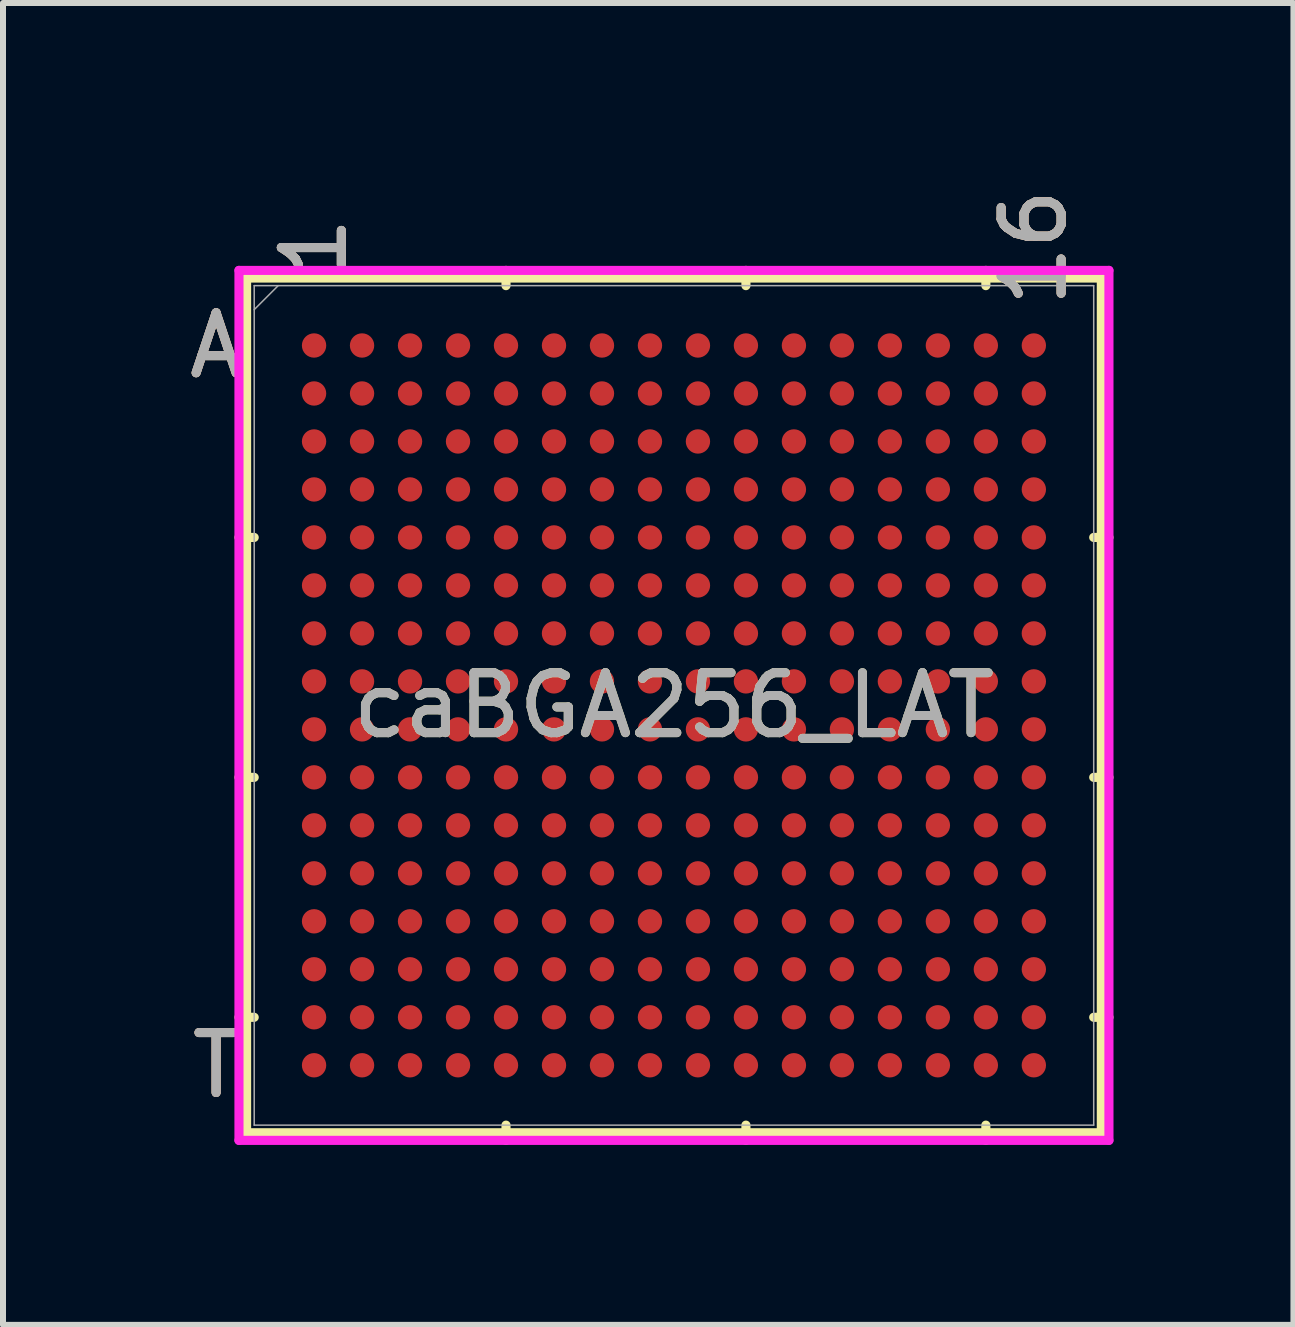
<source format=kicad_pcb>
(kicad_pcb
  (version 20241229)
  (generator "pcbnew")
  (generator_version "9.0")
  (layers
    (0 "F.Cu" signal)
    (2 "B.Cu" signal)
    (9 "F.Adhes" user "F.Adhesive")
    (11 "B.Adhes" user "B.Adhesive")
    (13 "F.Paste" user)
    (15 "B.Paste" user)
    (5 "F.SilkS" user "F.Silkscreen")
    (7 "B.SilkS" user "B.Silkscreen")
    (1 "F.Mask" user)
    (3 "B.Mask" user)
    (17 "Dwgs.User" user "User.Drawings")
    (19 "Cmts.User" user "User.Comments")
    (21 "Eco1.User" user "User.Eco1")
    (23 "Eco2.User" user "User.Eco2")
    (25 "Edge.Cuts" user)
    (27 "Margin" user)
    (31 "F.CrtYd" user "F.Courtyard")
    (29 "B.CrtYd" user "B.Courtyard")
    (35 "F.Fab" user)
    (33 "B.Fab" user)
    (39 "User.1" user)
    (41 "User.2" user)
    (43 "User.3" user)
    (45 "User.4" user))
  (footprint "caBGA256_LAT"
    (layer "F.Cu")
    (at 8.186 8.71)
    (property "Reference" "caBGA256_LAT" (at 0 0 0) (unlocked yes) (layer "F.SilkS") (effects (font (size 1 1) (thickness 0.15))))
    (attr smd)
    (fp_line (start -7.125 -7.125) (end -7.125 7.125) (stroke (width 0.152) (type solid)) (layer "F.SilkS"))
    (fp_line (start -7.125 7.125) (end 7.125 7.125) (stroke (width 0.152) (type solid)) (layer "F.SilkS"))
    (fp_line (start -6.998 -2.8) (end -7.252 -2.8) (stroke (width 0.152) (type solid)) (layer "F.SilkS"))
    (fp_line (start -6.998 1.2) (end -7.252 1.2) (stroke (width 0.152) (type solid)) (layer "F.SilkS"))
    (fp_line (start -6.998 5.2) (end -7.252 5.2) (stroke (width 0.152) (type solid)) (layer "F.SilkS"))
    (fp_line (start -2.8 -6.998) (end -2.8 -7.252) (stroke (width 0.152) (type solid)) (layer "F.SilkS"))
    (fp_line (start -2.8 6.998) (end -2.8 7.252) (stroke (width 0.152) (type solid)) (layer "F.SilkS"))
    (fp_line (start 1.2 -6.998) (end 1.2 -7.252) (stroke (width 0.152) (type solid)) (layer "F.SilkS"))
    (fp_line (start 1.2 6.998) (end 1.2 7.252) (stroke (width 0.152) (type solid)) (layer "F.SilkS"))
    (fp_line (start 5.2 -6.998) (end 5.2 -7.252) (stroke (width 0.152) (type solid)) (layer "F.SilkS"))
    (fp_line (start 5.2 6.998) (end 5.2 7.252) (stroke (width 0.152) (type solid)) (layer "F.SilkS"))
    (fp_line (start 6.998 -2.8) (end 7.252 -2.8) (stroke (width 0.152) (type solid)) (layer "F.SilkS"))
    (fp_line (start 6.998 1.2) (end 7.252 1.2) (stroke (width 0.152) (type solid)) (layer "F.SilkS"))
    (fp_line (start 6.998 5.2) (end 7.252 5.2) (stroke (width 0.152) (type solid)) (layer "F.SilkS"))
    (fp_line (start 7.125 -7.125) (end -7.125 -7.125) (stroke (width 0.152) (type solid)) (layer "F.SilkS"))
    (fp_line (start 7.125 7.125) (end 7.125 -7.125) (stroke (width 0.152) (type solid)) (layer "F.SilkS"))
    (fp_poly (pts (xy -6.844 -6.844) (xy 6.844 -6.844) (xy 6.844 6.844) (xy -6.844 6.844)) (stroke (width 0.1) (type solid)) (fill no) (layer "Eco2.User"))
    (fp_line (start -7.252 -7.252) (end 7.252 -7.252) (stroke (width 0.152) (type solid)) (layer "F.CrtYd"))
    (fp_line (start -7.252 7.252) (end -7.252 -7.252) (stroke (width 0.152) (type solid)) (layer "F.CrtYd"))
    (fp_line (start 7.252 -7.252) (end 7.252 7.252) (stroke (width 0.152) (type solid)) (layer "F.CrtYd"))
    (fp_line (start 7.252 7.252) (end -7.252 7.252) (stroke (width 0.152) (type solid)) (layer "F.CrtYd"))
    (fp_line (start -6.998 -6.998) (end -6.998 6.998) (stroke (width 0.025) (type solid)) (layer "F.Fab"))
    (fp_line (start -6.998 6.998) (end 6.998 6.998) (stroke (width 0.025) (type solid)) (layer "F.Fab"))
    (fp_line (start -6.598 -6.998) (end -6.998 -6.598) (stroke (width 0.025) (type solid)) (layer "F.Fab"))
    (fp_line (start 6.998 -6.998) (end -6.998 -6.998) (stroke (width 0.025) (type solid)) (layer "F.Fab"))
    (fp_line (start 6.998 6.998) (end 6.998 -6.998) (stroke (width 0.025) (type solid)) (layer "F.Fab"))
    (fp_text user "T" (at -7.633 6 0) (unlocked yes) (layer "F.SilkS") (effects (font (size 1 1) (thickness 0.15))))
    (fp_text user "1" (at -6 -7.633 90) (unlocked yes) (layer "F.SilkS") (effects (font (size 1 1) (thickness 0.15))))
    (fp_text user "A" (at -7.633 -6 0) (unlocked yes) (layer "F.SilkS") (effects (font (size 1 1) (thickness 0.15))))
    (fp_text user "16" (at 6 -7.633 90) (unlocked yes) (layer "F.SilkS") (effects (font (size 1 1) (thickness 0.15))))
    (fp_text user "T" (at -7.633 6 0) (unlocked yes) (layer "B.SilkS") (effects (font (size 1 1) (thickness 0.15))))
    (fp_text user "1" (at -6 -7.633 90) (unlocked yes) (layer "B.SilkS") (effects (font (size 1 1) (thickness 0.15))))
    (fp_text user "16" (at 6 -7.633 90) (unlocked yes) (layer "B.SilkS") (effects (font (size 1 1) (thickness 0.15))))
    (fp_text user "A" (at -7.633 -6 0) (unlocked yes) (layer "B.SilkS") (effects (font (size 1 1) (thickness 0.15))))
    (fp_text user "T" (at -7.633 6 0) (unlocked yes) (layer "F.Fab") (effects (font (size 1 1) (thickness 0.15))))
    (fp_text user "16" (at 6 -7.633 90) (unlocked yes) (layer "F.Fab") (effects (font (size 1 1) (thickness 0.15))))
    (fp_text user "1" (at -6 -7.633 90) (unlocked yes) (layer "F.Fab") (effects (font (size 1 1) (thickness 0.15))))
    (fp_text user "A" (at -7.633 -6 0) (unlocked yes) (layer "F.Fab") (effects (font (size 1 1) (thickness 0.15))))
    (fp_text user "${REFERENCE}" (at 0 0 0) (unlocked yes) (layer "F.Fab") (effects (font (size 1 1) (thickness 0.15))))
    (pad "A1" smd circle (at -6 -6) (size 0.406 0.406) (layers "F.Cu" "F.Mask" "F.Paste"))
    (pad "A2" smd circle (at -5.2 -6) (size 0.406 0.406) (layers "F.Cu" "F.Mask" "F.Paste"))
    (pad "A3" smd circle (at -4.4 -6) (size 0.406 0.406) (layers "F.Cu" "F.Mask" "F.Paste"))
    (pad "A4" smd circle (at -3.6 -6) (size 0.406 0.406) (layers "F.Cu" "F.Mask" "F.Paste"))
    (pad "A5" smd circle (at -2.8 -6) (size 0.406 0.406) (layers "F.Cu" "F.Mask" "F.Paste"))
    (pad "A6" smd circle (at -2 -6) (size 0.406 0.406) (layers "F.Cu" "F.Mask" "F.Paste"))
    (pad "A7" smd circle (at -1.2 -6) (size 0.406 0.406) (layers "F.Cu" "F.Mask" "F.Paste"))
    (pad "A8" smd circle (at -0.4 -6) (size 0.406 0.406) (layers "F.Cu" "F.Mask" "F.Paste"))
    (pad "A9" smd circle (at 0.4 -6) (size 0.406 0.406) (layers "F.Cu" "F.Mask" "F.Paste"))
    (pad "A10" smd circle (at 1.2 -6) (size 0.406 0.406) (layers "F.Cu" "F.Mask" "F.Paste"))
    (pad "A11" smd circle (at 2 -6) (size 0.406 0.406) (layers "F.Cu" "F.Mask" "F.Paste"))
    (pad "A12" smd circle (at 2.8 -6) (size 0.406 0.406) (layers "F.Cu" "F.Mask" "F.Paste"))
    (pad "A13" smd circle (at 3.6 -6) (size 0.406 0.406) (layers "F.Cu" "F.Mask" "F.Paste"))
    (pad "A14" smd circle (at 4.4 -6) (size 0.406 0.406) (layers "F.Cu" "F.Mask" "F.Paste"))
    (pad "A15" smd circle (at 5.2 -6) (size 0.406 0.406) (layers "F.Cu" "F.Mask" "F.Paste"))
    (pad "A16" smd circle (at 6 -6) (size 0.406 0.406) (layers "F.Cu" "F.Mask" "F.Paste"))
    (pad "B1" smd circle (at -6 -5.2) (size 0.406 0.406) (layers "F.Cu" "F.Mask" "F.Paste"))
    (pad "B2" smd circle (at -5.2 -5.2) (size 0.406 0.406) (layers "F.Cu" "F.Mask" "F.Paste"))
    (pad "B3" smd circle (at -4.4 -5.2) (size 0.406 0.406) (layers "F.Cu" "F.Mask" "F.Paste"))
    (pad "B4" smd circle (at -3.6 -5.2) (size 0.406 0.406) (layers "F.Cu" "F.Mask" "F.Paste"))
    (pad "B5" smd circle (at -2.8 -5.2) (size 0.406 0.406) (layers "F.Cu" "F.Mask" "F.Paste"))
    (pad "B6" smd circle (at -2 -5.2) (size 0.406 0.406) (layers "F.Cu" "F.Mask" "F.Paste"))
    (pad "B7" smd circle (at -1.2 -5.2) (size 0.406 0.406) (layers "F.Cu" "F.Mask" "F.Paste"))
    (pad "B8" smd circle (at -0.4 -5.2) (size 0.406 0.406) (layers "F.Cu" "F.Mask" "F.Paste"))
    (pad "B9" smd circle (at 0.4 -5.2) (size 0.406 0.406) (layers "F.Cu" "F.Mask" "F.Paste"))
    (pad "B10" smd circle (at 1.2 -5.2) (size 0.406 0.406) (layers "F.Cu" "F.Mask" "F.Paste"))
    (pad "B11" smd circle (at 2 -5.2) (size 0.406 0.406) (layers "F.Cu" "F.Mask" "F.Paste"))
    (pad "B12" smd circle (at 2.8 -5.2) (size 0.406 0.406) (layers "F.Cu" "F.Mask" "F.Paste"))
    (pad "B13" smd circle (at 3.6 -5.2) (size 0.406 0.406) (layers "F.Cu" "F.Mask" "F.Paste"))
    (pad "B14" smd circle (at 4.4 -5.2) (size 0.406 0.406) (layers "F.Cu" "F.Mask" "F.Paste"))
    (pad "B15" smd circle (at 5.2 -5.2) (size 0.406 0.406) (layers "F.Cu" "F.Mask" "F.Paste"))
    (pad "B16" smd circle (at 6 -5.2) (size 0.406 0.406) (layers "F.Cu" "F.Mask" "F.Paste"))
    (pad "C1" smd circle (at -6 -4.4) (size 0.406 0.406) (layers "F.Cu" "F.Mask" "F.Paste"))
    (pad "C2" smd circle (at -5.2 -4.4) (size 0.406 0.406) (layers "F.Cu" "F.Mask" "F.Paste"))
    (pad "C3" smd circle (at -4.4 -4.4) (size 0.406 0.406) (layers "F.Cu" "F.Mask" "F.Paste"))
    (pad "C4" smd circle (at -3.6 -4.4) (size 0.406 0.406) (layers "F.Cu" "F.Mask" "F.Paste"))
    (pad "C5" smd circle (at -2.8 -4.4) (size 0.406 0.406) (layers "F.Cu" "F.Mask" "F.Paste"))
    (pad "C6" smd circle (at -2 -4.4) (size 0.406 0.406) (layers "F.Cu" "F.Mask" "F.Paste"))
    (pad "C7" smd circle (at -1.2 -4.4) (size 0.406 0.406) (layers "F.Cu" "F.Mask" "F.Paste"))
    (pad "C8" smd circle (at -0.4 -4.4) (size 0.406 0.406) (layers "F.Cu" "F.Mask" "F.Paste"))
    (pad "C9" smd circle (at 0.4 -4.4) (size 0.406 0.406) (layers "F.Cu" "F.Mask" "F.Paste"))
    (pad "C10" smd circle (at 1.2 -4.4) (size 0.406 0.406) (layers "F.Cu" "F.Mask" "F.Paste"))
    (pad "C11" smd circle (at 2 -4.4) (size 0.406 0.406) (layers "F.Cu" "F.Mask" "F.Paste"))
    (pad "C12" smd circle (at 2.8 -4.4) (size 0.406 0.406) (layers "F.Cu" "F.Mask" "F.Paste"))
    (pad "C13" smd circle (at 3.6 -4.4) (size 0.406 0.406) (layers "F.Cu" "F.Mask" "F.Paste"))
    (pad "C14" smd circle (at 4.4 -4.4) (size 0.406 0.406) (layers "F.Cu" "F.Mask" "F.Paste"))
    (pad "C15" smd circle (at 5.2 -4.4) (size 0.406 0.406) (layers "F.Cu" "F.Mask" "F.Paste"))
    (pad "C16" smd circle (at 6 -4.4) (size 0.406 0.406) (layers "F.Cu" "F.Mask" "F.Paste"))
    (pad "D1" smd circle (at -6 -3.6) (size 0.406 0.406) (layers "F.Cu" "F.Mask" "F.Paste"))
    (pad "D2" smd circle (at -5.2 -3.6) (size 0.406 0.406) (layers "F.Cu" "F.Mask" "F.Paste"))
    (pad "D3" smd circle (at -4.4 -3.6) (size 0.406 0.406) (layers "F.Cu" "F.Mask" "F.Paste"))
    (pad "D4" smd circle (at -3.6 -3.6) (size 0.406 0.406) (layers "F.Cu" "F.Mask" "F.Paste"))
    (pad "D5" smd circle (at -2.8 -3.6) (size 0.406 0.406) (layers "F.Cu" "F.Mask" "F.Paste"))
    (pad "D6" smd circle (at -2 -3.6) (size 0.406 0.406) (layers "F.Cu" "F.Mask" "F.Paste"))
    (pad "D7" smd circle (at -1.2 -3.6) (size 0.406 0.406) (layers "F.Cu" "F.Mask" "F.Paste"))
    (pad "D8" smd circle (at -0.4 -3.6) (size 0.406 0.406) (layers "F.Cu" "F.Mask" "F.Paste"))
    (pad "D9" smd circle (at 0.4 -3.6) (size 0.406 0.406) (layers "F.Cu" "F.Mask" "F.Paste"))
    (pad "D10" smd circle (at 1.2 -3.6) (size 0.406 0.406) (layers "F.Cu" "F.Mask" "F.Paste"))
    (pad "D11" smd circle (at 2 -3.6) (size 0.406 0.406) (layers "F.Cu" "F.Mask" "F.Paste"))
    (pad "D12" smd circle (at 2.8 -3.6) (size 0.406 0.406) (layers "F.Cu" "F.Mask" "F.Paste"))
    (pad "D13" smd circle (at 3.6 -3.6) (size 0.406 0.406) (layers "F.Cu" "F.Mask" "F.Paste"))
    (pad "D14" smd circle (at 4.4 -3.6) (size 0.406 0.406) (layers "F.Cu" "F.Mask" "F.Paste"))
    (pad "D15" smd circle (at 5.2 -3.6) (size 0.406 0.406) (layers "F.Cu" "F.Mask" "F.Paste"))
    (pad "D16" smd circle (at 6 -3.6) (size 0.406 0.406) (layers "F.Cu" "F.Mask" "F.Paste"))
    (pad "E1" smd circle (at -6 -2.8) (size 0.406 0.406) (layers "F.Cu" "F.Mask" "F.Paste"))
    (pad "E2" smd circle (at -5.2 -2.8) (size 0.406 0.406) (layers "F.Cu" "F.Mask" "F.Paste"))
    (pad "E3" smd circle (at -4.4 -2.8) (size 0.406 0.406) (layers "F.Cu" "F.Mask" "F.Paste"))
    (pad "E4" smd circle (at -3.6 -2.8) (size 0.406 0.406) (layers "F.Cu" "F.Mask" "F.Paste"))
    (pad "E5" smd circle (at -2.8 -2.8) (size 0.406 0.406) (layers "F.Cu" "F.Mask" "F.Paste"))
    (pad "E6" smd circle (at -2 -2.8) (size 0.406 0.406) (layers "F.Cu" "F.Mask" "F.Paste"))
    (pad "E7" smd circle (at -1.2 -2.8) (size 0.406 0.406) (layers "F.Cu" "F.Mask" "F.Paste"))
    (pad "E8" smd circle (at -0.4 -2.8) (size 0.406 0.406) (layers "F.Cu" "F.Mask" "F.Paste"))
    (pad "E9" smd circle (at 0.4 -2.8) (size 0.406 0.406) (layers "F.Cu" "F.Mask" "F.Paste"))
    (pad "E10" smd circle (at 1.2 -2.8) (size 0.406 0.406) (layers "F.Cu" "F.Mask" "F.Paste"))
    (pad "E11" smd circle (at 2 -2.8) (size 0.406 0.406) (layers "F.Cu" "F.Mask" "F.Paste"))
    (pad "E12" smd circle (at 2.8 -2.8) (size 0.406 0.406) (layers "F.Cu" "F.Mask" "F.Paste"))
    (pad "E13" smd circle (at 3.6 -2.8) (size 0.406 0.406) (layers "F.Cu" "F.Mask" "F.Paste"))
    (pad "E14" smd circle (at 4.4 -2.8) (size 0.406 0.406) (layers "F.Cu" "F.Mask" "F.Paste"))
    (pad "E15" smd circle (at 5.2 -2.8) (size 0.406 0.406) (layers "F.Cu" "F.Mask" "F.Paste"))
    (pad "E16" smd circle (at 6 -2.8) (size 0.406 0.406) (layers "F.Cu" "F.Mask" "F.Paste"))
    (pad "F1" smd circle (at -6 -2) (size 0.406 0.406) (layers "F.Cu" "F.Mask" "F.Paste"))
    (pad "F2" smd circle (at -5.2 -2) (size 0.406 0.406) (layers "F.Cu" "F.Mask" "F.Paste"))
    (pad "F3" smd circle (at -4.4 -2) (size 0.406 0.406) (layers "F.Cu" "F.Mask" "F.Paste"))
    (pad "F4" smd circle (at -3.6 -2) (size 0.406 0.406) (layers "F.Cu" "F.Mask" "F.Paste"))
    (pad "F5" smd circle (at -2.8 -2) (size 0.406 0.406) (layers "F.Cu" "F.Mask" "F.Paste"))
    (pad "F6" smd circle (at -2 -2) (size 0.406 0.406) (layers "F.Cu" "F.Mask" "F.Paste"))
    (pad "F7" smd circle (at -1.2 -2) (size 0.406 0.406) (layers "F.Cu" "F.Mask" "F.Paste"))
    (pad "F8" smd circle (at -0.4 -2) (size 0.406 0.406) (layers "F.Cu" "F.Mask" "F.Paste"))
    (pad "F9" smd circle (at 0.4 -2) (size 0.406 0.406) (layers "F.Cu" "F.Mask" "F.Paste"))
    (pad "F10" smd circle (at 1.2 -2) (size 0.406 0.406) (layers "F.Cu" "F.Mask" "F.Paste"))
    (pad "F11" smd circle (at 2 -2) (size 0.406 0.406) (layers "F.Cu" "F.Mask" "F.Paste"))
    (pad "F12" smd circle (at 2.8 -2) (size 0.406 0.406) (layers "F.Cu" "F.Mask" "F.Paste"))
    (pad "F13" smd circle (at 3.6 -2) (size 0.406 0.406) (layers "F.Cu" "F.Mask" "F.Paste"))
    (pad "F14" smd circle (at 4.4 -2) (size 0.406 0.406) (layers "F.Cu" "F.Mask" "F.Paste"))
    (pad "F15" smd circle (at 5.2 -2) (size 0.406 0.406) (layers "F.Cu" "F.Mask" "F.Paste"))
    (pad "F16" smd circle (at 6 -2) (size 0.406 0.406) (layers "F.Cu" "F.Mask" "F.Paste"))
    (pad "G1" smd circle (at -6 -1.2) (size 0.406 0.406) (layers "F.Cu" "F.Mask" "F.Paste"))
    (pad "G2" smd circle (at -5.2 -1.2) (size 0.406 0.406) (layers "F.Cu" "F.Mask" "F.Paste"))
    (pad "G3" smd circle (at -4.4 -1.2) (size 0.406 0.406) (layers "F.Cu" "F.Mask" "F.Paste"))
    (pad "G4" smd circle (at -3.6 -1.2) (size 0.406 0.406) (layers "F.Cu" "F.Mask" "F.Paste"))
    (pad "G5" smd circle (at -2.8 -1.2) (size 0.406 0.406) (layers "F.Cu" "F.Mask" "F.Paste"))
    (pad "G6" smd circle (at -2 -1.2) (size 0.406 0.406) (layers "F.Cu" "F.Mask" "F.Paste"))
    (pad "G7" smd circle (at -1.2 -1.2) (size 0.406 0.406) (layers "F.Cu" "F.Mask" "F.Paste"))
    (pad "G8" smd circle (at -0.4 -1.2) (size 0.406 0.406) (layers "F.Cu" "F.Mask" "F.Paste"))
    (pad "G9" smd circle (at 0.4 -1.2) (size 0.406 0.406) (layers "F.Cu" "F.Mask" "F.Paste"))
    (pad "G10" smd circle (at 1.2 -1.2) (size 0.406 0.406) (layers "F.Cu" "F.Mask" "F.Paste"))
    (pad "G11" smd circle (at 2 -1.2) (size 0.406 0.406) (layers "F.Cu" "F.Mask" "F.Paste"))
    (pad "G12" smd circle (at 2.8 -1.2) (size 0.406 0.406) (layers "F.Cu" "F.Mask" "F.Paste"))
    (pad "G13" smd circle (at 3.6 -1.2) (size 0.406 0.406) (layers "F.Cu" "F.Mask" "F.Paste"))
    (pad "G14" smd circle (at 4.4 -1.2) (size 0.406 0.406) (layers "F.Cu" "F.Mask" "F.Paste"))
    (pad "G15" smd circle (at 5.2 -1.2) (size 0.406 0.406) (layers "F.Cu" "F.Mask" "F.Paste"))
    (pad "G16" smd circle (at 6 -1.2) (size 0.406 0.406) (layers "F.Cu" "F.Mask" "F.Paste"))
    (pad "H1" smd circle (at -6 -0.4) (size 0.406 0.406) (layers "F.Cu" "F.Mask" "F.Paste"))
    (pad "H2" smd circle (at -5.2 -0.4) (size 0.406 0.406) (layers "F.Cu" "F.Mask" "F.Paste"))
    (pad "H3" smd circle (at -4.4 -0.4) (size 0.406 0.406) (layers "F.Cu" "F.Mask" "F.Paste"))
    (pad "H4" smd circle (at -3.6 -0.4) (size 0.406 0.406) (layers "F.Cu" "F.Mask" "F.Paste"))
    (pad "H5" smd circle (at -2.8 -0.4) (size 0.406 0.406) (layers "F.Cu" "F.Mask" "F.Paste"))
    (pad "H6" smd circle (at -2 -0.4) (size 0.406 0.406) (layers "F.Cu" "F.Mask" "F.Paste"))
    (pad "H7" smd circle (at -1.2 -0.4) (size 0.406 0.406) (layers "F.Cu" "F.Mask" "F.Paste"))
    (pad "H8" smd circle (at -0.4 -0.4) (size 0.406 0.406) (layers "F.Cu" "F.Mask" "F.Paste"))
    (pad "H9" smd circle (at 0.4 -0.4) (size 0.406 0.406) (layers "F.Cu" "F.Mask" "F.Paste"))
    (pad "H10" smd circle (at 1.2 -0.4) (size 0.406 0.406) (layers "F.Cu" "F.Mask" "F.Paste"))
    (pad "H11" smd circle (at 2 -0.4) (size 0.406 0.406) (layers "F.Cu" "F.Mask" "F.Paste"))
    (pad "H12" smd circle (at 2.8 -0.4) (size 0.406 0.406) (layers "F.Cu" "F.Mask" "F.Paste"))
    (pad "H13" smd circle (at 3.6 -0.4) (size 0.406 0.406) (layers "F.Cu" "F.Mask" "F.Paste"))
    (pad "H14" smd circle (at 4.4 -0.4) (size 0.406 0.406) (layers "F.Cu" "F.Mask" "F.Paste"))
    (pad "H15" smd circle (at 5.2 -0.4) (size 0.406 0.406) (layers "F.Cu" "F.Mask" "F.Paste"))
    (pad "H16" smd circle (at 6 -0.4) (size 0.406 0.406) (layers "F.Cu" "F.Mask" "F.Paste"))
    (pad "J1" smd circle (at -6 0.4) (size 0.406 0.406) (layers "F.Cu" "F.Mask" "F.Paste"))
    (pad "J2" smd circle (at -5.2 0.4) (size 0.406 0.406) (layers "F.Cu" "F.Mask" "F.Paste"))
    (pad "J3" smd circle (at -4.4 0.4) (size 0.406 0.406) (layers "F.Cu" "F.Mask" "F.Paste"))
    (pad "J4" smd circle (at -3.6 0.4) (size 0.406 0.406) (layers "F.Cu" "F.Mask" "F.Paste"))
    (pad "J5" smd circle (at -2.8 0.4) (size 0.406 0.406) (layers "F.Cu" "F.Mask" "F.Paste"))
    (pad "J6" smd circle (at -2 0.4) (size 0.406 0.406) (layers "F.Cu" "F.Mask" "F.Paste"))
    (pad "J7" smd circle (at -1.2 0.4) (size 0.406 0.406) (layers "F.Cu" "F.Mask" "F.Paste"))
    (pad "J8" smd circle (at -0.4 0.4) (size 0.406 0.406) (layers "F.Cu" "F.Mask" "F.Paste"))
    (pad "J9" smd circle (at 0.4 0.4) (size 0.406 0.406) (layers "F.Cu" "F.Mask" "F.Paste"))
    (pad "J10" smd circle (at 1.2 0.4) (size 0.406 0.406) (layers "F.Cu" "F.Mask" "F.Paste"))
    (pad "J11" smd circle (at 2 0.4) (size 0.406 0.406) (layers "F.Cu" "F.Mask" "F.Paste"))
    (pad "J12" smd circle (at 2.8 0.4) (size 0.406 0.406) (layers "F.Cu" "F.Mask" "F.Paste"))
    (pad "J13" smd circle (at 3.6 0.4) (size 0.406 0.406) (layers "F.Cu" "F.Mask" "F.Paste"))
    (pad "J14" smd circle (at 4.4 0.4) (size 0.406 0.406) (layers "F.Cu" "F.Mask" "F.Paste"))
    (pad "J15" smd circle (at 5.2 0.4) (size 0.406 0.406) (layers "F.Cu" "F.Mask" "F.Paste"))
    (pad "J16" smd circle (at 6 0.4) (size 0.406 0.406) (layers "F.Cu" "F.Mask" "F.Paste"))
    (pad "K1" smd circle (at -6 1.2) (size 0.406 0.406) (layers "F.Cu" "F.Mask" "F.Paste"))
    (pad "K2" smd circle (at -5.2 1.2) (size 0.406 0.406) (layers "F.Cu" "F.Mask" "F.Paste"))
    (pad "K3" smd circle (at -4.4 1.2) (size 0.406 0.406) (layers "F.Cu" "F.Mask" "F.Paste"))
    (pad "K4" smd circle (at -3.6 1.2) (size 0.406 0.406) (layers "F.Cu" "F.Mask" "F.Paste"))
    (pad "K5" smd circle (at -2.8 1.2) (size 0.406 0.406) (layers "F.Cu" "F.Mask" "F.Paste"))
    (pad "K6" smd circle (at -2 1.2) (size 0.406 0.406) (layers "F.Cu" "F.Mask" "F.Paste"))
    (pad "K7" smd circle (at -1.2 1.2) (size 0.406 0.406) (layers "F.Cu" "F.Mask" "F.Paste"))
    (pad "K8" smd circle (at -0.4 1.2) (size 0.406 0.406) (layers "F.Cu" "F.Mask" "F.Paste"))
    (pad "K9" smd circle (at 0.4 1.2) (size 0.406 0.406) (layers "F.Cu" "F.Mask" "F.Paste"))
    (pad "K10" smd circle (at 1.2 1.2) (size 0.406 0.406) (layers "F.Cu" "F.Mask" "F.Paste"))
    (pad "K11" smd circle (at 2 1.2) (size 0.406 0.406) (layers "F.Cu" "F.Mask" "F.Paste"))
    (pad "K12" smd circle (at 2.8 1.2) (size 0.406 0.406) (layers "F.Cu" "F.Mask" "F.Paste"))
    (pad "K13" smd circle (at 3.6 1.2) (size 0.406 0.406) (layers "F.Cu" "F.Mask" "F.Paste"))
    (pad "K14" smd circle (at 4.4 1.2) (size 0.406 0.406) (layers "F.Cu" "F.Mask" "F.Paste"))
    (pad "K15" smd circle (at 5.2 1.2) (size 0.406 0.406) (layers "F.Cu" "F.Mask" "F.Paste"))
    (pad "K16" smd circle (at 6 1.2) (size 0.406 0.406) (layers "F.Cu" "F.Mask" "F.Paste"))
    (pad "L1" smd circle (at -6 2) (size 0.406 0.406) (layers "F.Cu" "F.Mask" "F.Paste"))
    (pad "L2" smd circle (at -5.2 2) (size 0.406 0.406) (layers "F.Cu" "F.Mask" "F.Paste"))
    (pad "L3" smd circle (at -4.4 2) (size 0.406 0.406) (layers "F.Cu" "F.Mask" "F.Paste"))
    (pad "L4" smd circle (at -3.6 2) (size 0.406 0.406) (layers "F.Cu" "F.Mask" "F.Paste"))
    (pad "L5" smd circle (at -2.8 2) (size 0.406 0.406) (layers "F.Cu" "F.Mask" "F.Paste"))
    (pad "L6" smd circle (at -2 2) (size 0.406 0.406) (layers "F.Cu" "F.Mask" "F.Paste"))
    (pad "L7" smd circle (at -1.2 2) (size 0.406 0.406) (layers "F.Cu" "F.Mask" "F.Paste"))
    (pad "L8" smd circle (at -0.4 2) (size 0.406 0.406) (layers "F.Cu" "F.Mask" "F.Paste"))
    (pad "L9" smd circle (at 0.4 2) (size 0.406 0.406) (layers "F.Cu" "F.Mask" "F.Paste"))
    (pad "L10" smd circle (at 1.2 2) (size 0.406 0.406) (layers "F.Cu" "F.Mask" "F.Paste"))
    (pad "L11" smd circle (at 2 2) (size 0.406 0.406) (layers "F.Cu" "F.Mask" "F.Paste"))
    (pad "L12" smd circle (at 2.8 2) (size 0.406 0.406) (layers "F.Cu" "F.Mask" "F.Paste"))
    (pad "L13" smd circle (at 3.6 2) (size 0.406 0.406) (layers "F.Cu" "F.Mask" "F.Paste"))
    (pad "L14" smd circle (at 4.4 2) (size 0.406 0.406) (layers "F.Cu" "F.Mask" "F.Paste"))
    (pad "L15" smd circle (at 5.2 2) (size 0.406 0.406) (layers "F.Cu" "F.Mask" "F.Paste"))
    (pad "L16" smd circle (at 6 2) (size 0.406 0.406) (layers "F.Cu" "F.Mask" "F.Paste"))
    (pad "M1" smd circle (at -6 2.8) (size 0.406 0.406) (layers "F.Cu" "F.Mask" "F.Paste"))
    (pad "M2" smd circle (at -5.2 2.8) (size 0.406 0.406) (layers "F.Cu" "F.Mask" "F.Paste"))
    (pad "M3" smd circle (at -4.4 2.8) (size 0.406 0.406) (layers "F.Cu" "F.Mask" "F.Paste"))
    (pad "M4" smd circle (at -3.6 2.8) (size 0.406 0.406) (layers "F.Cu" "F.Mask" "F.Paste"))
    (pad "M5" smd circle (at -2.8 2.8) (size 0.406 0.406) (layers "F.Cu" "F.Mask" "F.Paste"))
    (pad "M6" smd circle (at -2 2.8) (size 0.406 0.406) (layers "F.Cu" "F.Mask" "F.Paste"))
    (pad "M7" smd circle (at -1.2 2.8) (size 0.406 0.406) (layers "F.Cu" "F.Mask" "F.Paste"))
    (pad "M8" smd circle (at -0.4 2.8) (size 0.406 0.406) (layers "F.Cu" "F.Mask" "F.Paste"))
    (pad "M9" smd circle (at 0.4 2.8) (size 0.406 0.406) (layers "F.Cu" "F.Mask" "F.Paste"))
    (pad "M10" smd circle (at 1.2 2.8) (size 0.406 0.406) (layers "F.Cu" "F.Mask" "F.Paste"))
    (pad "M11" smd circle (at 2 2.8) (size 0.406 0.406) (layers "F.Cu" "F.Mask" "F.Paste"))
    (pad "M12" smd circle (at 2.8 2.8) (size 0.406 0.406) (layers "F.Cu" "F.Mask" "F.Paste"))
    (pad "M13" smd circle (at 3.6 2.8) (size 0.406 0.406) (layers "F.Cu" "F.Mask" "F.Paste"))
    (pad "M14" smd circle (at 4.4 2.8) (size 0.406 0.406) (layers "F.Cu" "F.Mask" "F.Paste"))
    (pad "M15" smd circle (at 5.2 2.8) (size 0.406 0.406) (layers "F.Cu" "F.Mask" "F.Paste"))
    (pad "M16" smd circle (at 6 2.8) (size 0.406 0.406) (layers "F.Cu" "F.Mask" "F.Paste"))
    (pad "N1" smd circle (at -6 3.6) (size 0.406 0.406) (layers "F.Cu" "F.Mask" "F.Paste"))
    (pad "N2" smd circle (at -5.2 3.6) (size 0.406 0.406) (layers "F.Cu" "F.Mask" "F.Paste"))
    (pad "N3" smd circle (at -4.4 3.6) (size 0.406 0.406) (layers "F.Cu" "F.Mask" "F.Paste"))
    (pad "N4" smd circle (at -3.6 3.6) (size 0.406 0.406) (layers "F.Cu" "F.Mask" "F.Paste"))
    (pad "N5" smd circle (at -2.8 3.6) (size 0.406 0.406) (layers "F.Cu" "F.Mask" "F.Paste"))
    (pad "N6" smd circle (at -2 3.6) (size 0.406 0.406) (layers "F.Cu" "F.Mask" "F.Paste"))
    (pad "N7" smd circle (at -1.2 3.6) (size 0.406 0.406) (layers "F.Cu" "F.Mask" "F.Paste"))
    (pad "N8" smd circle (at -0.4 3.6) (size 0.406 0.406) (layers "F.Cu" "F.Mask" "F.Paste"))
    (pad "N9" smd circle (at 0.4 3.6) (size 0.406 0.406) (layers "F.Cu" "F.Mask" "F.Paste"))
    (pad "N10" smd circle (at 1.2 3.6) (size 0.406 0.406) (layers "F.Cu" "F.Mask" "F.Paste"))
    (pad "N11" smd circle (at 2 3.6) (size 0.406 0.406) (layers "F.Cu" "F.Mask" "F.Paste"))
    (pad "N12" smd circle (at 2.8 3.6) (size 0.406 0.406) (layers "F.Cu" "F.Mask" "F.Paste"))
    (pad "N13" smd circle (at 3.6 3.6) (size 0.406 0.406) (layers "F.Cu" "F.Mask" "F.Paste"))
    (pad "N14" smd circle (at 4.4 3.6) (size 0.406 0.406) (layers "F.Cu" "F.Mask" "F.Paste"))
    (pad "N15" smd circle (at 5.2 3.6) (size 0.406 0.406) (layers "F.Cu" "F.Mask" "F.Paste"))
    (pad "N16" smd circle (at 6 3.6) (size 0.406 0.406) (layers "F.Cu" "F.Mask" "F.Paste"))
    (pad "P1" smd circle (at -6 4.4) (size 0.406 0.406) (layers "F.Cu" "F.Mask" "F.Paste"))
    (pad "P2" smd circle (at -5.2 4.4) (size 0.406 0.406) (layers "F.Cu" "F.Mask" "F.Paste"))
    (pad "P3" smd circle (at -4.4 4.4) (size 0.406 0.406) (layers "F.Cu" "F.Mask" "F.Paste"))
    (pad "P4" smd circle (at -3.6 4.4) (size 0.406 0.406) (layers "F.Cu" "F.Mask" "F.Paste"))
    (pad "P5" smd circle (at -2.8 4.4) (size 0.406 0.406) (layers "F.Cu" "F.Mask" "F.Paste"))
    (pad "P6" smd circle (at -2 4.4) (size 0.406 0.406) (layers "F.Cu" "F.Mask" "F.Paste"))
    (pad "P7" smd circle (at -1.2 4.4) (size 0.406 0.406) (layers "F.Cu" "F.Mask" "F.Paste"))
    (pad "P8" smd circle (at -0.4 4.4) (size 0.406 0.406) (layers "F.Cu" "F.Mask" "F.Paste"))
    (pad "P9" smd circle (at 0.4 4.4) (size 0.406 0.406) (layers "F.Cu" "F.Mask" "F.Paste"))
    (pad "P10" smd circle (at 1.2 4.4) (size 0.406 0.406) (layers "F.Cu" "F.Mask" "F.Paste"))
    (pad "P11" smd circle (at 2 4.4) (size 0.406 0.406) (layers "F.Cu" "F.Mask" "F.Paste"))
    (pad "P12" smd circle (at 2.8 4.4) (size 0.406 0.406) (layers "F.Cu" "F.Mask" "F.Paste"))
    (pad "P13" smd circle (at 3.6 4.4) (size 0.406 0.406) (layers "F.Cu" "F.Mask" "F.Paste"))
    (pad "P14" smd circle (at 4.4 4.4) (size 0.406 0.406) (layers "F.Cu" "F.Mask" "F.Paste"))
    (pad "P15" smd circle (at 5.2 4.4) (size 0.406 0.406) (layers "F.Cu" "F.Mask" "F.Paste"))
    (pad "P16" smd circle (at 6 4.4) (size 0.406 0.406) (layers "F.Cu" "F.Mask" "F.Paste"))
    (pad "R1" smd circle (at -6 5.2) (size 0.406 0.406) (layers "F.Cu" "F.Mask" "F.Paste"))
    (pad "R2" smd circle (at -5.2 5.2) (size 0.406 0.406) (layers "F.Cu" "F.Mask" "F.Paste"))
    (pad "R3" smd circle (at -4.4 5.2) (size 0.406 0.406) (layers "F.Cu" "F.Mask" "F.Paste"))
    (pad "R4" smd circle (at -3.6 5.2) (size 0.406 0.406) (layers "F.Cu" "F.Mask" "F.Paste"))
    (pad "R5" smd circle (at -2.8 5.2) (size 0.406 0.406) (layers "F.Cu" "F.Mask" "F.Paste"))
    (pad "R6" smd circle (at -2 5.2) (size 0.406 0.406) (layers "F.Cu" "F.Mask" "F.Paste"))
    (pad "R7" smd circle (at -1.2 5.2) (size 0.406 0.406) (layers "F.Cu" "F.Mask" "F.Paste"))
    (pad "R8" smd circle (at -0.4 5.2) (size 0.406 0.406) (layers "F.Cu" "F.Mask" "F.Paste"))
    (pad "R9" smd circle (at 0.4 5.2) (size 0.406 0.406) (layers "F.Cu" "F.Mask" "F.Paste"))
    (pad "R10" smd circle (at 1.2 5.2) (size 0.406 0.406) (layers "F.Cu" "F.Mask" "F.Paste"))
    (pad "R11" smd circle (at 2 5.2) (size 0.406 0.406) (layers "F.Cu" "F.Mask" "F.Paste"))
    (pad "R12" smd circle (at 2.8 5.2) (size 0.406 0.406) (layers "F.Cu" "F.Mask" "F.Paste"))
    (pad "R13" smd circle (at 3.6 5.2) (size 0.406 0.406) (layers "F.Cu" "F.Mask" "F.Paste"))
    (pad "R14" smd circle (at 4.4 5.2) (size 0.406 0.406) (layers "F.Cu" "F.Mask" "F.Paste"))
    (pad "R15" smd circle (at 5.2 5.2) (size 0.406 0.406) (layers "F.Cu" "F.Mask" "F.Paste"))
    (pad "R16" smd circle (at 6 5.2) (size 0.406 0.406) (layers "F.Cu" "F.Mask" "F.Paste"))
    (pad "T1" smd circle (at -6 6) (size 0.406 0.406) (layers "F.Cu" "F.Mask" "F.Paste"))
    (pad "T2" smd circle (at -5.2 6) (size 0.406 0.406) (layers "F.Cu" "F.Mask" "F.Paste"))
    (pad "T3" smd circle (at -4.4 6) (size 0.406 0.406) (layers "F.Cu" "F.Mask" "F.Paste"))
    (pad "T4" smd circle (at -3.6 6) (size 0.406 0.406) (layers "F.Cu" "F.Mask" "F.Paste"))
    (pad "T5" smd circle (at -2.8 6) (size 0.406 0.406) (layers "F.Cu" "F.Mask" "F.Paste"))
    (pad "T6" smd circle (at -2 6) (size 0.406 0.406) (layers "F.Cu" "F.Mask" "F.Paste"))
    (pad "T7" smd circle (at -1.2 6) (size 0.406 0.406) (layers "F.Cu" "F.Mask" "F.Paste"))
    (pad "T8" smd circle (at -0.4 6) (size 0.406 0.406) (layers "F.Cu" "F.Mask" "F.Paste"))
    (pad "T9" smd circle (at 0.4 6) (size 0.406 0.406) (layers "F.Cu" "F.Mask" "F.Paste"))
    (pad "T10" smd circle (at 1.2 6) (size 0.406 0.406) (layers "F.Cu" "F.Mask" "F.Paste"))
    (pad "T11" smd circle (at 2 6) (size 0.406 0.406) (layers "F.Cu" "F.Mask" "F.Paste"))
    (pad "T12" smd circle (at 2.8 6) (size 0.406 0.406) (layers "F.Cu" "F.Mask" "F.Paste"))
    (pad "T13" smd circle (at 3.6 6) (size 0.406 0.406) (layers "F.Cu" "F.Mask" "F.Paste"))
    (pad "T14" smd circle (at 4.4 6) (size 0.406 0.406) (layers "F.Cu" "F.Mask" "F.Paste"))
    (pad "T15" smd circle (at 5.2 6) (size 0.406 0.406) (layers "F.Cu" "F.Mask" "F.Paste"))
    (pad "T16" smd circle (at 6 6) (size 0.406 0.406) (layers "F.Cu" "F.Mask" "F.Paste")))
  (gr_rect
    (start -3 -3)
    (end 18.514 19.038)
    (stroke (width 0.1) (type default))
    (fill no)
    (layer "Edge.Cuts")))
</source>
